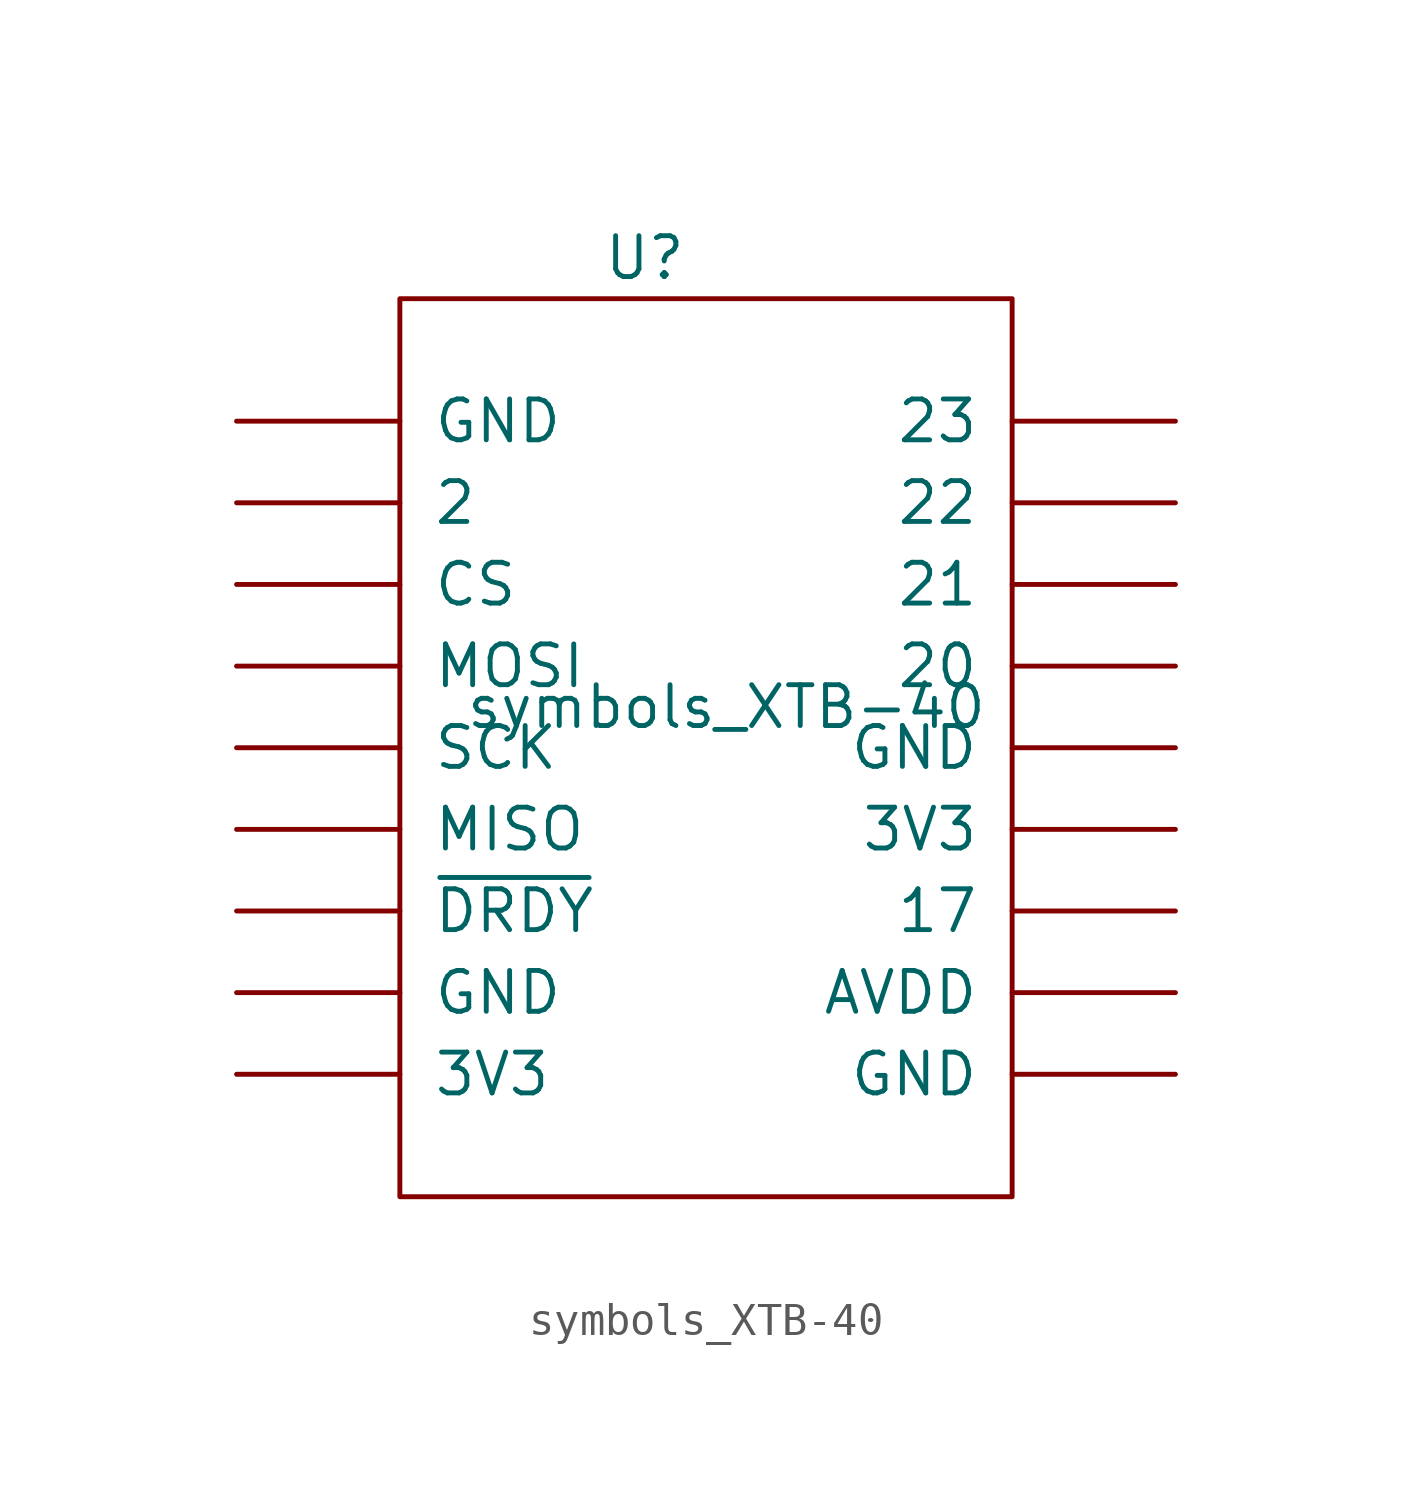
<source format=kicad_sym>
(kicad_symbol_lib
  (version 20211014)
  (generator kicad_symbol_editor)
  (symbol "symbols_XTB-40"
    (pin_names
      (offset 1.016))
    (property "Reference" "U"
      (at -2.54 13.97 0)
      (effects (font (size 1.27 1.27))))
    (property "Value" "symbols_XTB-40"
      (at 0 0 0)
      (effects (font (size 1.27 1.27))))
    (symbol "symbols_XTB-40_1_0"
      (pin bidirectional line (at -15.24 8.89 0) (length 5.08) (name "GND" (effects (font (size 1.27 1.27)))) (number "1" (effects (font (size 0 0))))))
    (symbol "symbols_XTB-40_1_1"
      (rectangle (start -10.16 12.7) (end 8.89 -15.24) (stroke (width 0) (type default) (color 0 0 0 0)) (fill (type none)))
      (pin bidirectional line (at 13.97 -11.43 180) (length 5.08) hide (name "GND" (effects (font (size 1.27 1.27)))) (number "10" (effects (font (size 0 0)))))
      (pin bidirectional line (at 13.97 -8.89 180) (length 5.08) hide (name "AVDD" (effects (font (size 1.27 1.27)))) (number "11" (effects (font (size 0 0)))))
      (pin bidirectional line (at 13.97 -11.43 180) (length 5.08) (name "GND" (effects (font (size 1.27 1.27)))) (number "15" (effects (font (size 0 0)))))
      (pin bidirectional line (at 13.97 -8.89 180) (length 5.08) (name "AVDD" (effects (font (size 1.27 1.27)))) (number "16" (effects (font (size 0 0)))))
      (pin bidirectional line (at 13.97 -6.35 180) (length 5.08) (name "17" (effects (font (size 1.27 1.27)))) (number "17" (effects (font (size 0 0)))))
      (pin bidirectional line (at 13.97 -3.81 180) (length 5.08) (name "3V3" (effects (font (size 1.27 1.27)))) (number "18" (effects (font (size 0 0)))))
      (pin bidirectional line (at 13.97 -1.27 180) (length 5.08) (name "GND" (effects (font (size 1.27 1.27)))) (number "19" (effects (font (size 0 0)))))
      (pin bidirectional line (at -15.24 6.35 0) (length 5.08) (name "2" (effects (font (size 1.27 1.27)))) (number "2" (effects (font (size 0 0)))))
      (pin bidirectional line (at 13.97 1.27 180) (length 5.08) (name "20" (effects (font (size 1.27 1.27)))) (number "20" (effects (font (size 0 0)))))
      (pin bidirectional line (at 13.97 3.81 180) (length 5.08) (name "21" (effects (font (size 1.27 1.27)))) (number "21" (effects (font (size 0 0)))))
      (pin bidirectional line (at 13.97 6.35 180) (length 5.08) (name "22" (effects (font (size 1.27 1.27)))) (number "22" (effects (font (size 0 0)))))
      (pin bidirectional line (at 13.97 8.89 180) (length 5.08) (name "23" (effects (font (size 1.27 1.27)))) (number "23" (effects (font (size 0 0)))))
      (pin bidirectional line (at -15.24 3.81 0) (length 5.08) (name "CS" (effects (font (size 1.27 1.27)))) (number "3" (effects (font (size 0 0)))))
      (pin bidirectional line (at -15.24 1.27 0) (length 5.08) (name "MOSI" (effects (font (size 1.27 1.27)))) (number "4" (effects (font (size 0 0)))))
      (pin bidirectional line (at -15.24 -1.27 0) (length 5.08) (name "SCK" (effects (font (size 1.27 1.27)))) (number "5" (effects (font (size 0 0)))))
      (pin bidirectional line (at -15.24 -3.81 0) (length 5.08) (name "MISO" (effects (font (size 1.27 1.27)))) (number "6" (effects (font (size 0 0)))))
      (pin bidirectional line (at -15.24 -6.35 0) (length 5.08) (name "~{DRDY}" (effects (font (size 1.27 1.27)))) (number "7" (effects (font (size 0 0)))))
      (pin bidirectional line (at -15.24 -8.89 0) (length 5.08) (name "GND" (effects (font (size 1.27 1.27)))) (number "8" (effects (font (size 0 0)))))
      (pin bidirectional line (at -15.24 -11.43 0) (length 5.08) (name "3V3" (effects (font (size 1.27 1.27)))) (number "9" (effects (font (size 0 0))))))))
</source>
